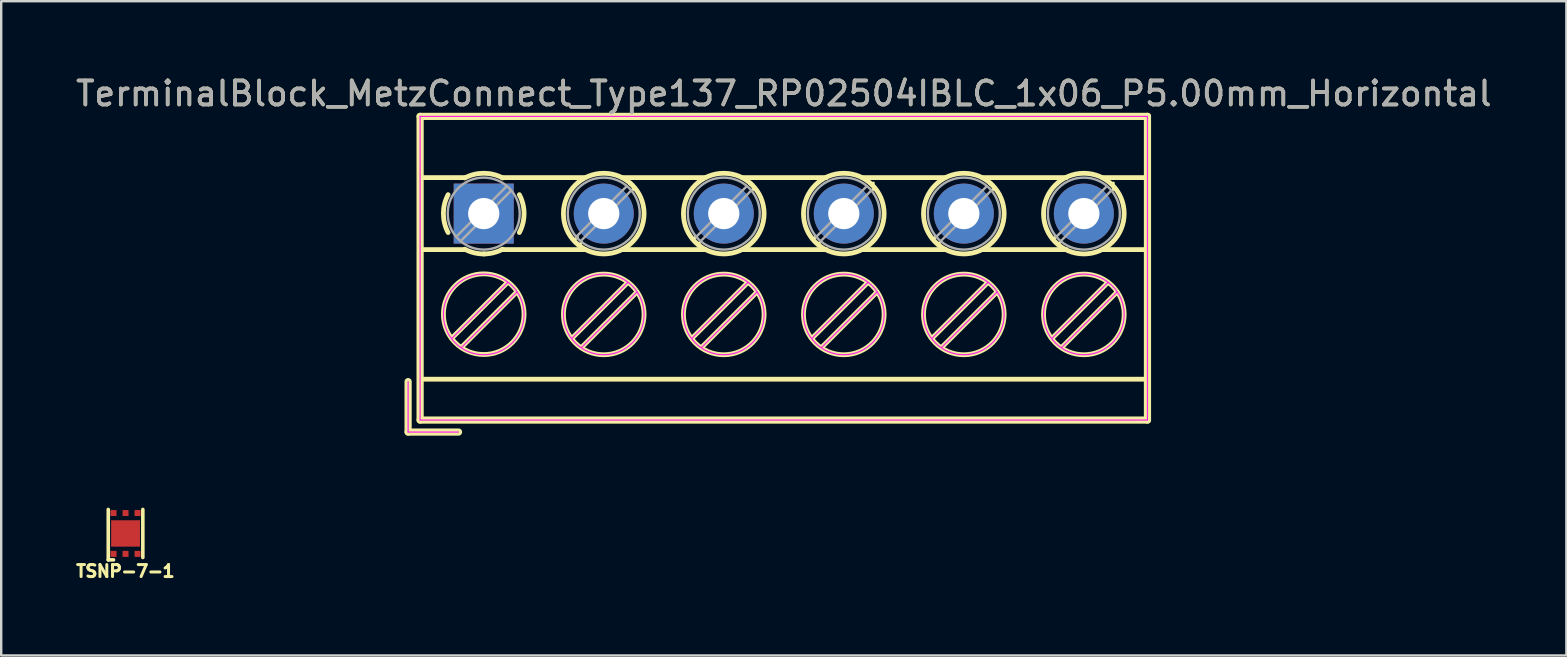
<source format=kicad_pcb>
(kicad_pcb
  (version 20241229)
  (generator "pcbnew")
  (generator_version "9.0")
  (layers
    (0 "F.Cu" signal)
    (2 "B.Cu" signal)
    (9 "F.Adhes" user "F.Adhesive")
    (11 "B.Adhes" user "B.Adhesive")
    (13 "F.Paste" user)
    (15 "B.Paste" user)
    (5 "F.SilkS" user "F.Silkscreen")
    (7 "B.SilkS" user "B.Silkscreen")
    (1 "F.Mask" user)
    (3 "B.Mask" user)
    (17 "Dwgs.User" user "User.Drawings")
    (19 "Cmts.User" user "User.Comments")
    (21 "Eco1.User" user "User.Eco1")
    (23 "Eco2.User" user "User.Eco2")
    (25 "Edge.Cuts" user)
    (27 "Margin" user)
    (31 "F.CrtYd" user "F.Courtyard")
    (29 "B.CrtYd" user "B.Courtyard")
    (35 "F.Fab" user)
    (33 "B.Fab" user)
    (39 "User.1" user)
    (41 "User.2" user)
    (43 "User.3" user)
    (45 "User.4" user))
  (footprint "TerminalBlock_MetzConnect_Type137_RP02504IBLC_1x06_P5.00mm_Horizontal"
    (layer "F.Cu")
    (at 29.601 5.848)
    (property "Reference" "TerminalBlock_MetzConnect_Type137_RP02504IBLC_1x06_P5.00mm_Horizontal" (at 0 -5 0) (layer "F.SilkS") (effects (font (size 1 1) (thickness 0.15))))
    (attr through_hole)
    (fp_line (start -15.65 7) (end -15.65 9.1) (stroke (width 0.3) (type solid)) (layer "F.SilkS"))
    (fp_line (start -15.17 -1.5) (end -13.29 -1.5) (stroke (width 0.2) (type solid)) (layer "F.SilkS"))
    (fp_line (start -15.17 1.5) (end -13.29 1.5) (stroke (width 0.2) (type solid)) (layer "F.SilkS"))
    (fp_line (start -15.15 -4.05) (end -15.15 8.6) (stroke (width 0.3) (type solid)) (layer "F.SilkS"))
    (fp_line (start -15.15 -4.05) (end 15.15 -4.05) (stroke (width 0.3) (type solid)) (layer "F.SilkS"))
    (fp_line (start -15.15 6.9) (end 15.15 6.9) (stroke (width 0.2) (type solid)) (layer "F.SilkS"))
    (fp_line (start -15.15 8.6) (end 15.15 8.6) (stroke (width 0.3) (type solid)) (layer "F.SilkS"))
    (fp_line (start -13.55 9.1) (end -15.65 9.1) (stroke (width 0.3) (type solid)) (layer "F.SilkS"))
    (fp_line (start -11.74 -1.5) (end -8.28 -1.5) (stroke (width 0.2) (type solid)) (layer "F.SilkS"))
    (fp_line (start -11.74 1.5) (end -8.28 1.5) (stroke (width 0.2) (type solid)) (layer "F.SilkS"))
    (fp_line (start -11.5 2.86) (end -13.83 5.19) (stroke (width 0.2) (type solid)) (layer "F.SilkS"))
    (fp_line (start -11.12 3.26) (end -13.42 5.56) (stroke (width 0.2) (type solid)) (layer "F.SilkS"))
    (fp_line (start -8.6 0.976) (end -8.694 1.069) (stroke (width 0.12) (type solid)) (layer "F.SilkS"))
    (fp_line (start -8.43 1.216) (end -8.489 1.274) (stroke (width 0.12) (type solid)) (layer "F.SilkS"))
    (fp_line (start -6.73 -1.5) (end -3.27 -1.5) (stroke (width 0.2) (type solid)) (layer "F.SilkS"))
    (fp_line (start -6.73 1.5) (end -3.27 1.5) (stroke (width 0.2) (type solid)) (layer "F.SilkS"))
    (fp_line (start -6.5 2.87) (end -8.83 5.2) (stroke (width 0.2) (type solid)) (layer "F.SilkS"))
    (fp_line (start -6.35 -1.275) (end -6.409 -1.216) (stroke (width 0.12) (type solid)) (layer "F.SilkS"))
    (fp_line (start -6.225 -1.069) (end -6.319 -0.976) (stroke (width 0.12) (type solid)) (layer "F.SilkS"))
    (fp_line (start -6.12 3.27) (end -8.42 5.57) (stroke (width 0.2) (type solid)) (layer "F.SilkS"))
    (fp_line (start -3.68 0.976) (end -3.774 1.069) (stroke (width 0.12) (type solid)) (layer "F.SilkS"))
    (fp_line (start -3.51 1.216) (end -3.569 1.274) (stroke (width 0.12) (type solid)) (layer "F.SilkS"))
    (fp_line (start -1.72 -1.5) (end 1.77 -1.5) (stroke (width 0.2) (type solid)) (layer "F.SilkS"))
    (fp_line (start -1.72 1.5) (end 1.77 1.5) (stroke (width 0.2) (type solid)) (layer "F.SilkS"))
    (fp_line (start -1.5 2.87) (end -3.83 5.2) (stroke (width 0.2) (type solid)) (layer "F.SilkS"))
    (fp_line (start -1.35 -1.275) (end -1.409 -1.216) (stroke (width 0.12) (type solid)) (layer "F.SilkS"))
    (fp_line (start -1.225 -1.069) (end -1.319 -0.976) (stroke (width 0.12) (type solid)) (layer "F.SilkS"))
    (fp_line (start -1.12 3.27) (end -3.42 5.57) (stroke (width 0.2) (type solid)) (layer "F.SilkS"))
    (fp_line (start 1.32 0.976) (end 1.226 1.069) (stroke (width 0.12) (type solid)) (layer "F.SilkS"))
    (fp_line (start 1.49 1.216) (end 1.431 1.274) (stroke (width 0.12) (type solid)) (layer "F.SilkS"))
    (fp_line (start 3.27 -1.5) (end 6.73 -1.5) (stroke (width 0.2) (type solid)) (layer "F.SilkS"))
    (fp_line (start 3.27 1.5) (end 6.73 1.5) (stroke (width 0.2) (type solid)) (layer "F.SilkS"))
    (fp_line (start 3.5 2.87) (end 1.17 5.2) (stroke (width 0.2) (type solid)) (layer "F.SilkS"))
    (fp_line (start 3.73 -1.275) (end 3.671 -1.216) (stroke (width 0.12) (type solid)) (layer "F.SilkS"))
    (fp_line (start 3.775 -1.069) (end 3.681 -0.976) (stroke (width 0.12) (type solid)) (layer "F.SilkS"))
    (fp_line (start 3.88 3.27) (end 1.58 5.57) (stroke (width 0.2) (type solid)) (layer "F.SilkS"))
    (fp_line (start 6.32 0.976) (end 6.226 1.069) (stroke (width 0.12) (type solid)) (layer "F.SilkS"))
    (fp_line (start 6.49 1.216) (end 6.431 1.274) (stroke (width 0.12) (type solid)) (layer "F.SilkS"))
    (fp_line (start 8.28 -1.5) (end 11.77 -1.5) (stroke (width 0.2) (type solid)) (layer "F.SilkS"))
    (fp_line (start 8.28 1.5) (end 11.77 1.5) (stroke (width 0.2) (type solid)) (layer "F.SilkS"))
    (fp_line (start 8.5 2.87) (end 6.17 5.2) (stroke (width 0.2) (type solid)) (layer "F.SilkS"))
    (fp_line (start 8.65 -1.275) (end 8.591 -1.216) (stroke (width 0.12) (type solid)) (layer "F.SilkS"))
    (fp_line (start 8.775 -1.069) (end 8.681 -0.976) (stroke (width 0.12) (type solid)) (layer "F.SilkS"))
    (fp_line (start 8.88 3.27) (end 6.58 5.57) (stroke (width 0.2) (type solid)) (layer "F.SilkS"))
    (fp_line (start 11.32 0.976) (end 11.226 1.069) (stroke (width 0.12) (type solid)) (layer "F.SilkS"))
    (fp_line (start 11.49 1.216) (end 11.431 1.274) (stroke (width 0.12) (type solid)) (layer "F.SilkS"))
    (fp_line (start 13.28 -1.5) (end 15.16 -1.5) (stroke (width 0.2) (type solid)) (layer "F.SilkS"))
    (fp_line (start 13.28 1.5) (end 15.16 1.5) (stroke (width 0.2) (type solid)) (layer "F.SilkS"))
    (fp_line (start 13.5 2.87) (end 11.17 5.2) (stroke (width 0.2) (type solid)) (layer "F.SilkS"))
    (fp_line (start 13.73 -1.275) (end 13.671 -1.216) (stroke (width 0.12) (type solid)) (layer "F.SilkS"))
    (fp_line (start 13.775 -1.069) (end 13.681 -0.976) (stroke (width 0.12) (type solid)) (layer "F.SilkS"))
    (fp_line (start 13.88 3.27) (end 11.58 5.57) (stroke (width 0.2) (type solid)) (layer "F.SilkS"))
    (fp_line (start 15.15 -4.05) (end 15.15 8.6) (stroke (width 0.3) (type solid)) (layer "F.SilkS"))
    (fp_arc (start -13.983953 0.789089) (mid -14.180708 0.00005) (end -13.984 -0.789) (stroke (width 0.2) (type solid)) (layer "F.SilkS"))
    (fp_arc (start -13.289089 -1.483953) (mid -12.50005 -1.680708) (end -11.711 -1.484) (stroke (width 0.2) (type solid)) (layer "F.SilkS"))
    (fp_arc (start -12.470617 1.68045) (mid -12.892304 1.634281) (end -13.289 1.484) (stroke (width 0.2) (type solid)) (layer "F.SilkS"))
    (fp_arc (start -11.711288 1.483352) (mid -12.093571 1.630097) (end -12.5 1.68) (stroke (width 0.2) (type solid)) (layer "F.SilkS"))
    (fp_arc (start -11.016047 -0.789089) (mid -10.819292 -0.00005) (end -11.016 0.789) (stroke (width 0.2) (type solid)) (layer "F.SilkS"))
    (fp_circle (center -12.5 4.19) (end -10.82 4.19) (stroke (width 0.2) (type solid)) (fill no) (layer "F.SilkS"))
    (fp_circle (center -7.5 0) (end -5.82 0) (stroke (width 0.2) (type solid)) (fill no) (layer "F.SilkS"))
    (fp_circle (center -7.5 4.2) (end -5.82 4.2) (stroke (width 0.2) (type solid)) (fill no) (layer "F.SilkS"))
    (fp_circle (center -2.5 0) (end -0.82 0) (stroke (width 0.2) (type solid)) (fill no) (layer "F.SilkS"))
    (fp_circle (center -2.5 4.2) (end -0.82 4.2) (stroke (width 0.2) (type solid)) (fill no) (layer "F.SilkS"))
    (fp_circle (center 2.5 0) (end 4.18 0) (stroke (width 0.2) (type solid)) (fill no) (layer "F.SilkS"))
    (fp_circle (center 2.5 4.2) (end 4.18 4.2) (stroke (width 0.2) (type solid)) (fill no) (layer "F.SilkS"))
    (fp_circle (center 7.5 0) (end 9.18 0) (stroke (width 0.2) (type solid)) (fill no) (layer "F.SilkS"))
    (fp_circle (center 7.5 4.2) (end 9.18 4.2) (stroke (width 0.2) (type solid)) (fill no) (layer "F.SilkS"))
    (fp_circle (center 12.5 0) (end 14.18 0) (stroke (width 0.2) (type solid)) (fill no) (layer "F.SilkS"))
    (fp_circle (center 12.5 4.2) (end 14.18 4.2) (stroke (width 0.2) (type solid)) (fill no) (layer "F.SilkS"))
    (fp_line (start -15.65 7) (end -15.65 9.1) (stroke (width 0.05) (type solid)) (layer "F.CrtYd"))
    (fp_line (start -15.15 -4.05) (end -15.15 8.6) (stroke (width 0.05) (type solid)) (layer "F.CrtYd"))
    (fp_line (start -15.15 -4.05) (end 15.15 -4.05) (stroke (width 0.05) (type solid)) (layer "F.CrtYd"))
    (fp_line (start -15.15 8.6) (end 15.15 8.6) (stroke (width 0.05) (type solid)) (layer "F.CrtYd"))
    (fp_line (start -13.55 9.1) (end -15.65 9.1) (stroke (width 0.05) (type solid)) (layer "F.CrtYd"))
    (fp_line (start -11.5 2.87) (end -13.83 5.2) (stroke (width 0.05) (type solid)) (layer "F.CrtYd"))
    (fp_line (start -11.12 3.27) (end -13.42 5.57) (stroke (width 0.05) (type solid)) (layer "F.CrtYd"))
    (fp_line (start -6.5 2.87) (end -8.83 5.2) (stroke (width 0.05) (type solid)) (layer "F.CrtYd"))
    (fp_line (start -6.12 3.27) (end -8.42 5.57) (stroke (width 0.05) (type solid)) (layer "F.CrtYd"))
    (fp_line (start -1.5 2.87) (end -3.83 5.2) (stroke (width 0.05) (type solid)) (layer "F.CrtYd"))
    (fp_line (start -1.12 3.27) (end -3.42 5.57) (stroke (width 0.05) (type solid)) (layer "F.CrtYd"))
    (fp_line (start 3.5 2.87) (end 1.17 5.2) (stroke (width 0.05) (type solid)) (layer "F.CrtYd"))
    (fp_line (start 3.88 3.27) (end 1.58 5.57) (stroke (width 0.05) (type solid)) (layer "F.CrtYd"))
    (fp_line (start 8.5 2.87) (end 6.17 5.2) (stroke (width 0.05) (type solid)) (layer "F.CrtYd"))
    (fp_line (start 8.88 3.27) (end 6.58 5.57) (stroke (width 0.05) (type solid)) (layer "F.CrtYd"))
    (fp_line (start 13.5 2.87) (end 11.17 5.2) (stroke (width 0.05) (type solid)) (layer "F.CrtYd"))
    (fp_line (start 13.88 3.27) (end 11.58 5.57) (stroke (width 0.05) (type solid)) (layer "F.CrtYd"))
    (fp_line (start 15.15 -4.05) (end 15.15 8.6) (stroke (width 0.05) (type solid)) (layer "F.CrtYd"))
    (fp_circle (center -12.5 4.2) (end -10.82 4.2) (stroke (width 0.05) (type solid)) (fill no) (layer "F.CrtYd"))
    (fp_circle (center -7.5 4.2) (end -5.82 4.2) (stroke (width 0.05) (type solid)) (fill no) (layer "F.CrtYd"))
    (fp_circle (center -2.5 4.2) (end -0.82 4.2) (stroke (width 0.05) (type solid)) (fill no) (layer "F.CrtYd"))
    (fp_circle (center 2.5 4.2) (end 4.18 4.2) (stroke (width 0.05) (type solid)) (fill no) (layer "F.CrtYd"))
    (fp_circle (center 7.5 4.2) (end 9.18 4.2) (stroke (width 0.05) (type solid)) (fill no) (layer "F.CrtYd"))
    (fp_circle (center 12.5 4.2) (end 14.18 4.2) (stroke (width 0.05) (type solid)) (fill no) (layer "F.CrtYd"))
    (fp_line (start -11.545 -1.138) (end -13.638 0.955) (stroke (width 0.1) (type solid)) (layer "F.Fab"))
    (fp_line (start -11.362 -0.955) (end -13.455 1.138) (stroke (width 0.1) (type solid)) (layer "F.Fab"))
    (fp_line (start -6.545 -1.138) (end -8.637 0.955) (stroke (width 0.1) (type solid)) (layer "F.Fab"))
    (fp_line (start -6.362 -0.955) (end -8.454 1.138) (stroke (width 0.1) (type solid)) (layer "F.Fab"))
    (fp_line (start -1.545 -1.138) (end -3.637 0.955) (stroke (width 0.1) (type solid)) (layer "F.Fab"))
    (fp_line (start -1.362 -0.955) (end -3.454 1.138) (stroke (width 0.1) (type solid)) (layer "F.Fab"))
    (fp_line (start 3.455 -1.138) (end 1.363 0.955) (stroke (width 0.1) (type solid)) (layer "F.Fab"))
    (fp_line (start 3.638 -0.955) (end 1.546 1.138) (stroke (width 0.1) (type solid)) (layer "F.Fab"))
    (fp_line (start 8.455 -1.138) (end 6.363 0.955) (stroke (width 0.1) (type solid)) (layer "F.Fab"))
    (fp_line (start 8.638 -0.955) (end 6.546 1.138) (stroke (width 0.1) (type solid)) (layer "F.Fab"))
    (fp_line (start 13.455 -1.138) (end 11.363 0.955) (stroke (width 0.1) (type solid)) (layer "F.Fab"))
    (fp_line (start 13.638 -0.955) (end 11.546 1.138) (stroke (width 0.1) (type solid)) (layer "F.Fab"))
    (fp_circle (center -12.5 0) (end -11 0) (stroke (width 0.1) (type solid)) (fill no) (layer "F.Fab"))
    (fp_circle (center -7.5 0) (end -6 0) (stroke (width 0.1) (type solid)) (fill no) (layer "F.Fab"))
    (fp_circle (center -2.5 0) (end -1 0) (stroke (width 0.1) (type solid)) (fill no) (layer "F.Fab"))
    (fp_circle (center 2.5 0) (end 4 0) (stroke (width 0.1) (type solid)) (fill no) (layer "F.Fab"))
    (fp_circle (center 7.5 0) (end 9 0) (stroke (width 0.1) (type solid)) (fill no) (layer "F.Fab"))
    (fp_circle (center 12.5 0) (end 14 0) (stroke (width 0.1) (type solid)) (fill no) (layer "F.Fab"))
    (fp_text user "${REFERENCE}" (at 0 -5 0) (layer "F.Fab") (effects (font (size 1 1) (thickness 0.15))))
    (pad "1" thru_hole rect (at -12.5 0) (size 2.5 2.5) (drill 1.3) (layers "*.Cu" "*.Mask"))
    (pad "2" thru_hole circle (at -7.5 0) (size 2.5 2.5) (drill 1.3) (layers "*.Cu" "*.Mask"))
    (pad "3" thru_hole circle (at -2.5 0) (size 2.5 2.5) (drill 1.3) (layers "*.Cu" "*.Mask"))
    (pad "4" thru_hole circle (at 2.5 0) (size 2.5 2.5) (drill 1.3) (layers "*.Cu" "*.Mask"))
    (pad "5" thru_hole circle (at 7.5 0) (size 2.5 2.5) (drill 1.3) (layers "*.Cu" "*.Mask"))
    (pad "6" thru_hole circle (at 12.5 0) (size 2.5 2.5) (drill 1.3) (layers "*.Cu" "*.Mask")))
  (footprint "TSNP-7-1"
    (layer "F.Cu")
    (at 2.18 19.173)
    (property "Reference" "TSNP-7-1" (at -0.007 1.57 0) (layer "F.SilkS") (effects (font (size 0.5 0.5) (thickness 0.125))))
    (attr through_hole)
    (fp_line (start -0.72 -1) (end -0.72 1.1) (stroke (width 0.15) (type solid)) (layer "F.SilkS"))
    (fp_line (start -0.72 1.1) (end -0.5 1.1) (stroke (width 0.15) (type solid)) (layer "F.SilkS"))
    (fp_line (start 0.72 -1) (end 0.72 1) (stroke (width 0.15) (type solid)) (layer "F.SilkS"))
    (pad "1" smd rect (at -0.5 0.85) (size 0.25 0.25) (layers "F.Cu" "F.Mask" "F.Paste"))
    (pad "2" smd rect (at 0 0.85) (size 0.25 0.25) (layers "F.Cu" "F.Mask" "F.Paste"))
    (pad "3" smd rect (at 0.5 0.85) (size 0.25 0.25) (layers "F.Cu" "F.Mask" "F.Paste"))
    (pad "4" smd rect (at 0.5 -0.85) (size 0.25 0.25) (layers "F.Cu" "F.Mask" "F.Paste"))
    (pad "5" smd rect (at 0 -0.85) (size 0.25 0.25) (layers "F.Cu" "F.Mask" "F.Paste"))
    (pad "6" smd rect (at -0.5 -0.85) (size 0.25 0.25) (layers "F.Cu" "F.Mask" "F.Paste"))
    (pad "7" smd rect (at 0 0) (size 1.2 1.1) (layers "F.Cu" "F.Mask" "F.Paste")))
  (gr_rect
    (start -3 -3)
    (end 62.202 24.255)
    (stroke (width 0.1) (type default))
    (fill no)
    (layer "Edge.Cuts")))
</source>
